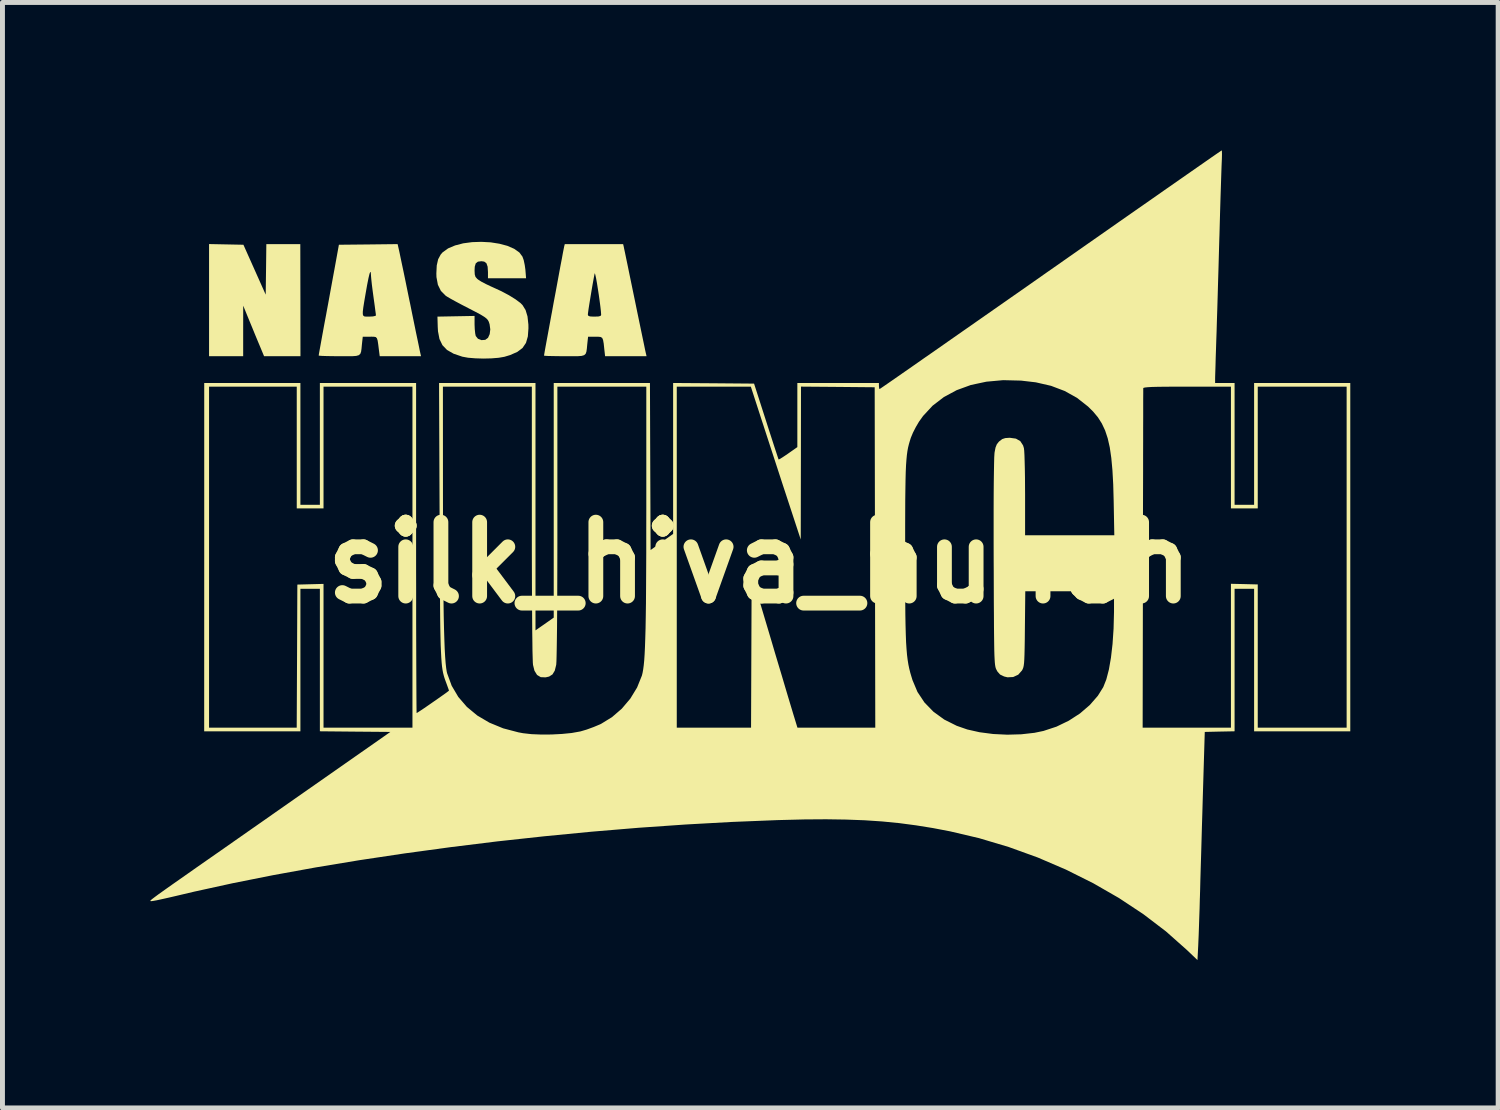
<source format=kicad_pcb>
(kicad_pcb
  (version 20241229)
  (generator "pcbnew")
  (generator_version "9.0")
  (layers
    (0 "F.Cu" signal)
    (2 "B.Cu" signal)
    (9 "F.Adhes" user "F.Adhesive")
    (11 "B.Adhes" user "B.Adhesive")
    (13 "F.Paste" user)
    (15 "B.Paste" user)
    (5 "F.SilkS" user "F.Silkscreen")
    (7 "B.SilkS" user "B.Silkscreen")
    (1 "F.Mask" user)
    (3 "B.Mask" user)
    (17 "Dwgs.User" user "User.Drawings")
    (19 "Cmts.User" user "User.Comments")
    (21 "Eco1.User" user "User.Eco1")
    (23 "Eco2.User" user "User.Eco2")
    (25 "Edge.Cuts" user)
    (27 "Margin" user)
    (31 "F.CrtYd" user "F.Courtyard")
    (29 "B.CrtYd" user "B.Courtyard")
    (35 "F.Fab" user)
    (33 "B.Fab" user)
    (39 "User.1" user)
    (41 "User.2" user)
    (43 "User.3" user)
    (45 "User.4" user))
  (footprint "silk_hiva_hunch"
    (layer "F.Cu")
    (at 12.359 8.364)
    (property "Reference" "silk_hiva_hunch" (at 0 0 0) (layer "F.SilkS") (effects (font (size 1.5 1.5) (thickness 0.3))))
    (attr board_only exclude_from_pos_files exclude_from_bom)
    (fp_poly (pts (xy -10.82 -6.456) (xy -10.471 -6.449) (xy -10.245 -5.943) (xy -10.019 -5.437) (xy -10.012 -5.949) (xy -10.006 -6.461) (xy -9.661 -6.461) (xy -9.317 -6.461) (xy -9.315 -5.325) (xy -9.314 -4.188) (xy -9.683 -4.188) (xy -10.052 -4.188) (xy -10.132 -4.38) (xy -10.173 -4.478) (xy -10.226 -4.605) (xy -10.284 -4.747) (xy -10.341 -4.885) (xy -10.344 -4.892) (xy -10.475 -5.213) (xy -10.476 -4.701) (xy -10.476 -4.188) (xy -10.822 -4.188) (xy -11.168 -4.188) (xy -11.168 -5.325) (xy -11.168 -6.463)) (stroke (width 0) (type solid)) (fill yes) (layer "F.SilkS"))
    (fp_poly (pts (xy -7.316 -6.344) (xy -7.305 -6.294) (xy -7.286 -6.202) (xy -7.259 -6.073) (xy -7.225 -5.913) (xy -7.187 -5.73) (xy -7.146 -5.528) (xy -7.102 -5.313) (xy -7.091 -5.263) (xy -7.048 -5.05) (xy -7.007 -4.85) (xy -6.97 -4.669) (xy -6.937 -4.513) (xy -6.911 -4.388) (xy -6.893 -4.298) (xy -6.882 -4.249) (xy -6.881 -4.244) (xy -6.868 -4.188) (xy -7.287 -4.188) (xy -7.706 -4.188) (xy -7.721 -4.305) (xy -7.736 -4.425) (xy -7.748 -4.505) (xy -7.763 -4.552) (xy -7.786 -4.576) (xy -7.823 -4.583) (xy -7.879 -4.584) (xy -7.905 -4.583) (xy -8.05 -4.583) (xy -8.067 -4.429) (xy -8.075 -4.342) (xy -8.084 -4.279) (xy -8.1 -4.236) (xy -8.13 -4.209) (xy -8.182 -4.194) (xy -8.262 -4.188) (xy -8.378 -4.188) (xy -8.526 -4.188) (xy -8.664 -4.189) (xy -8.782 -4.191) (xy -8.874 -4.194) (xy -8.93 -4.198) (xy -8.944 -4.202) (xy -8.94 -4.229) (xy -8.928 -4.298) (xy -8.909 -4.402) (xy -8.885 -4.535) (xy -8.857 -4.689) (xy -8.832 -4.826) (xy -8.793 -5.032) (xy -8.782 -5.093) (xy -8.049 -5.093) (xy -8.049 -5.039) (xy -8.038 -5.008) (xy -8.014 -4.994) (xy -7.977 -4.991) (xy -7.926 -4.991) (xy -7.919 -4.991) (xy -7.843 -4.995) (xy -7.794 -5.006) (xy -7.783 -5.016) (xy -7.786 -5.049) (xy -7.796 -5.121) (xy -7.809 -5.222) (xy -7.826 -5.344) (xy -7.832 -5.387) (xy -7.85 -5.521) (xy -7.866 -5.647) (xy -7.877 -5.751) (xy -7.883 -5.821) (xy -7.883 -5.831) (xy -7.888 -5.889) (xy -7.898 -5.898) (xy -7.913 -5.86) (xy -7.934 -5.772) (xy -7.961 -5.636) (xy -7.992 -5.46) (xy -8.02 -5.297) (xy -8.039 -5.177) (xy -8.049 -5.093) (xy -8.782 -5.093) (xy -8.751 -5.259) (xy -8.709 -5.49) (xy -8.669 -5.709) (xy -8.634 -5.9) (xy -8.626 -5.942) (xy -8.534 -6.449) (xy -7.939 -6.455) (xy -7.343 -6.462)) (stroke (width 0) (type solid)) (fill yes) (layer "F.SilkS"))
    (fp_poly (pts (xy -2.755 -6.406) (xy -2.748 -6.37) (xy -2.731 -6.292) (xy -2.707 -6.175) (xy -2.676 -6.027) (xy -2.64 -5.851) (xy -2.599 -5.653) (xy -2.555 -5.44) (xy -2.531 -5.325) (xy -2.486 -5.105) (xy -2.443 -4.898) (xy -2.404 -4.71) (xy -2.37 -4.547) (xy -2.342 -4.413) (xy -2.322 -4.315) (xy -2.309 -4.256) (xy -2.306 -4.244) (xy -2.293 -4.188) (xy -2.713 -4.188) (xy -3.134 -4.188) (xy -3.15 -4.33) (xy -3.162 -4.444) (xy -3.175 -4.517) (xy -3.193 -4.559) (xy -3.224 -4.578) (xy -3.274 -4.583) (xy -3.334 -4.583) (xy -3.479 -4.583) (xy -3.496 -4.429) (xy -3.504 -4.342) (xy -3.513 -4.279) (xy -3.529 -4.236) (xy -3.559 -4.209) (xy -3.611 -4.194) (xy -3.691 -4.188) (xy -3.807 -4.188) (xy -3.955 -4.188) (xy -4.093 -4.189) (xy -4.211 -4.191) (xy -4.303 -4.193) (xy -4.359 -4.197) (xy -4.373 -4.2) (xy -4.369 -4.226) (xy -4.357 -4.296) (xy -4.338 -4.402) (xy -4.313 -4.538) (xy -4.283 -4.7) (xy -4.25 -4.88) (xy -4.222 -5.033) (xy -3.484 -5.033) (xy -3.475 -5.008) (xy -3.441 -4.995) (xy -3.371 -4.991) (xy -3.348 -4.991) (xy -3.267 -4.994) (xy -3.225 -5.006) (xy -3.214 -5.028) (xy -3.214 -5.028) (xy -3.219 -5.1) (xy -3.23 -5.198) (xy -3.245 -5.312) (xy -3.262 -5.434) (xy -3.281 -5.556) (xy -3.299 -5.67) (xy -3.316 -5.765) (xy -3.331 -5.834) (xy -3.341 -5.868) (xy -3.345 -5.868) (xy -3.356 -5.816) (xy -3.372 -5.729) (xy -3.392 -5.618) (xy -3.413 -5.494) (xy -3.434 -5.366) (xy -3.454 -5.245) (xy -3.47 -5.142) (xy -3.48 -5.068) (xy -3.484 -5.033) (xy -4.222 -5.033) (xy -4.214 -5.073) (xy -4.178 -5.273) (xy -4.14 -5.474) (xy -4.104 -5.669) (xy -4.07 -5.854) (xy -4.039 -6.022) (xy -4.011 -6.167) (xy -3.99 -6.283) (xy -3.974 -6.364) (xy -3.966 -6.404) (xy -3.966 -6.406) (xy -3.952 -6.461) (xy -3.36 -6.461) (xy -2.768 -6.461)) (stroke (width 0) (type solid)) (fill yes) (layer "F.SilkS"))
    (fp_poly (pts (xy -5.457 -6.498) (xy -5.279 -6.47) (xy -5.117 -6.427) (xy -4.979 -6.367) (xy -4.873 -6.292) (xy -4.811 -6.209) (xy -4.785 -6.137) (xy -4.764 -6.037) (xy -4.751 -5.944) (xy -4.737 -5.769) (xy -5.123 -5.769) (xy -5.51 -5.769) (xy -5.51 -5.895) (xy -5.517 -6.004) (xy -5.541 -6.073) (xy -5.586 -6.107) (xy -5.642 -6.115) (xy -5.714 -6.106) (xy -5.758 -6.071) (xy -5.778 -6.004) (xy -5.782 -5.926) (xy -5.778 -5.847) (xy -5.763 -5.797) (xy -5.728 -5.757) (xy -5.701 -5.736) (xy -5.642 -5.699) (xy -5.552 -5.652) (xy -5.449 -5.603) (xy -5.411 -5.586) (xy -5.239 -5.507) (xy -5.083 -5.424) (xy -4.951 -5.342) (xy -4.852 -5.268) (xy -4.809 -5.225) (xy -4.747 -5.124) (xy -4.708 -4.995) (xy -4.69 -4.829) (xy -4.689 -4.754) (xy -4.701 -4.589) (xy -4.739 -4.458) (xy -4.809 -4.355) (xy -4.915 -4.275) (xy -5.061 -4.211) (xy -5.177 -4.176) (xy -5.293 -4.156) (xy -5.44 -4.144) (xy -5.603 -4.14) (xy -5.767 -4.145) (xy -5.914 -4.157) (xy -6.028 -4.178) (xy -6.029 -4.178) (xy -6.206 -4.238) (xy -6.34 -4.314) (xy -6.434 -4.412) (xy -6.494 -4.537) (xy -6.524 -4.694) (xy -6.529 -4.781) (xy -6.535 -4.991) (xy -6.159 -4.998) (xy -5.782 -5.005) (xy -5.782 -4.833) (xy -5.778 -4.736) (xy -5.769 -4.65) (xy -5.758 -4.598) (xy -5.713 -4.542) (xy -5.641 -4.514) (xy -5.565 -4.52) (xy -5.509 -4.561) (xy -5.475 -4.636) (xy -5.463 -4.732) (xy -5.477 -4.836) (xy -5.494 -4.888) (xy -5.512 -4.921) (xy -5.541 -4.953) (xy -5.587 -4.988) (xy -5.657 -5.031) (xy -5.758 -5.085) (xy -5.897 -5.157) (xy -5.908 -5.163) (xy -6.04 -5.231) (xy -6.162 -5.296) (xy -6.264 -5.352) (xy -6.339 -5.396) (xy -6.369 -5.416) (xy -6.465 -5.513) (xy -6.526 -5.637) (xy -6.555 -5.793) (xy -6.557 -5.868) (xy -6.549 -6.03) (xy -6.521 -6.154) (xy -6.47 -6.249) (xy -6.43 -6.295) (xy -6.319 -6.375) (xy -6.177 -6.435) (xy -6.012 -6.478) (xy -5.831 -6.502) (xy -5.644 -6.508)) (stroke (width 0) (type solid)) (fill yes) (layer "F.SilkS"))
    (fp_poly (pts (xy 9.379 -8.341) (xy 9.38 -8.279) (xy 9.378 -8.189) (xy 9.375 -8.123) (xy 9.372 -8.051) (xy 9.368 -7.936) (xy 9.363 -7.783) (xy 9.357 -7.597) (xy 9.35 -7.385) (xy 9.343 -7.152) (xy 9.336 -6.903) (xy 9.329 -6.645) (xy 9.326 -6.56) (xy 9.318 -6.279) (xy 9.31 -5.988) (xy 9.301 -5.696) (xy 9.293 -5.412) (xy 9.285 -5.143) (xy 9.277 -4.899) (xy 9.271 -4.688) (xy 9.265 -4.522) (xy 9.259 -4.334) (xy 9.253 -4.16) (xy 9.249 -4.005) (xy 9.245 -3.877) (xy 9.242 -3.783) (xy 9.241 -3.729) (xy 9.241 -3.725) (xy 9.241 -3.644) (xy 9.439 -3.644) (xy 9.636 -3.644) (xy 9.636 -2.409) (xy 9.636 -1.174) (xy 9.834 -1.174) (xy 10.032 -1.174) (xy 10.032 -2.409) (xy 10.032 -3.644) (xy 11.007 -3.644) (xy 11.983 -3.644) (xy 11.983 -0.111) (xy 11.983 3.422) (xy 11.007 3.422) (xy 10.032 3.422) (xy 10.032 1.977) (xy 10.032 0.531) (xy 9.834 0.531) (xy 9.636 0.531) (xy 9.636 1.976) (xy 9.636 3.421) (xy 9.334 3.427) (xy 9.031 3.434) (xy 8.99 4.793) (xy 8.982 5.075) (xy 8.973 5.364) (xy 8.965 5.652) (xy 8.957 5.931) (xy 8.949 6.193) (xy 8.942 6.431) (xy 8.937 6.636) (xy 8.932 6.801) (xy 8.931 6.819) (xy 8.926 7.015) (xy 8.919 7.212) (xy 8.913 7.398) (xy 8.907 7.565) (xy 8.901 7.7) (xy 8.898 7.774) (xy 8.883 8.062) (xy 8.659 7.849) (xy 8.243 7.48) (xy 7.785 7.131) (xy 7.291 6.804) (xy 6.766 6.502) (xy 6.215 6.227) (xy 5.642 5.981) (xy 5.053 5.768) (xy 4.453 5.589) (xy 3.866 5.451) (xy 3.516 5.384) (xy 3.174 5.329) (xy 2.834 5.284) (xy 2.488 5.25) (xy 2.13 5.226) (xy 1.753 5.212) (xy 1.349 5.206) (xy 0.911 5.209) (xy 0.433 5.221) (xy 0.358 5.223) (xy -0.562 5.26) (xy -1.5 5.312) (xy -2.451 5.378) (xy -3.409 5.458) (xy -4.369 5.551) (xy -5.325 5.655) (xy -6.272 5.772) (xy -7.205 5.899) (xy -8.119 6.036) (xy -9.007 6.183) (xy -9.865 6.339) (xy -10.688 6.503) (xy -11.469 6.674) (xy -11.833 6.76) (xy -11.984 6.795) (xy -12.118 6.825) (xy -12.228 6.849) (xy -12.307 6.863) (xy -12.348 6.868) (xy -12.352 6.867) (xy -12.355 6.865) (xy -12.358 6.862) (xy -12.359 6.859) (xy -12.355 6.852) (xy -12.344 6.842) (xy -12.325 6.826) (xy -12.294 6.802) (xy -12.251 6.77) (xy -12.193 6.727) (xy -12.117 6.673) (xy -12.023 6.606) (xy -11.907 6.524) (xy -11.767 6.426) (xy -11.603 6.311) (xy -11.411 6.176) (xy -11.189 6.021) (xy -10.935 5.844) (xy -10.648 5.643) (xy -10.325 5.417) (xy -9.964 5.165) (xy -9.875 5.102) (xy -7.49 3.434) (xy -8.205 3.428) (xy -8.92 3.421) (xy -8.92 1.976) (xy -8.92 0.531) (xy -9.117 0.531) (xy -9.315 0.531) (xy -9.315 1.977) (xy -9.315 3.422) (xy -10.291 3.422) (xy -11.267 3.422) (xy -11.266 -0.111) (xy -11.168 -0.111) (xy -11.168 3.348) (xy -10.279 3.348) (xy -9.39 3.348) (xy -9.383 1.896) (xy -9.377 0.445) (xy -9.111 0.438) (xy -8.846 0.431) (xy -8.846 1.889) (xy -8.846 3.348) (xy -7.944 3.348) (xy -7.042 3.348) (xy -7.042 -0.111) (xy -7.042 -3.57) (xy -7.944 -3.57) (xy -8.846 -3.57) (xy -8.846 -2.335) (xy -8.846 -1.1) (xy -9.117 -1.1) (xy -9.389 -1.1) (xy -9.389 -2.335) (xy -9.389 -3.57) (xy -10.279 -3.57) (xy -11.168 -3.57) (xy -11.168 -0.111) (xy -11.266 -0.111) (xy -11.266 -3.644) (xy -10.29 -3.644) (xy -9.315 -3.644) (xy -9.315 -2.409) (xy -9.315 -1.174) (xy -9.117 -1.174) (xy -8.92 -1.174) (xy -8.92 -2.409) (xy -8.92 -3.644) (xy -7.944 -3.644) (xy -6.968 -3.644) (xy -6.968 -0.296) (xy -6.968 0.106) (xy -6.967 0.495) (xy -6.967 0.867) (xy -6.967 1.219) (xy -6.966 1.549) (xy -6.965 1.854) (xy -6.964 2.131) (xy -6.963 2.377) (xy -6.962 2.589) (xy -6.961 2.765) (xy -6.96 2.902) (xy -6.959 2.996) (xy -6.958 3.045) (xy -6.957 3.051) (xy -6.934 3.038) (xy -6.879 3.002) (xy -6.801 2.95) (xy -6.708 2.886) (xy -6.609 2.817) (xy -6.511 2.749) (xy -6.423 2.687) (xy -6.353 2.637) (xy -6.31 2.604) (xy -6.301 2.596) (xy -6.309 2.57) (xy -6.33 2.512) (xy -6.359 2.432) (xy -6.36 2.429) (xy -6.378 2.381) (xy -6.394 2.334) (xy -6.408 2.286) (xy -6.421 2.234) (xy -6.432 2.175) (xy -6.442 2.106) (xy -6.45 2.025) (xy -6.457 1.927) (xy -6.463 1.811) (xy -6.469 1.674) (xy -6.473 1.512) (xy -6.477 1.323) (xy -6.48 1.104) (xy -6.482 0.852) (xy -6.484 0.564) (xy -6.486 0.238) (xy -6.488 -0.131) (xy -6.49 -0.543) (xy -6.491 -0.871) (xy -6.502 -3.57) (xy -6.424 -3.57) (xy -6.423 -1.365) (xy -6.422 -0.848) (xy -6.421 -0.378) (xy -6.419 0.046) (xy -6.416 0.427) (xy -6.412 0.766) (xy -6.408 1.066) (xy -6.402 1.327) (xy -6.395 1.553) (xy -6.388 1.745) (xy -6.379 1.905) (xy -6.369 2.036) (xy -6.358 2.138) (xy -6.346 2.214) (xy -6.338 2.246) (xy -6.246 2.497) (xy -6.112 2.724) (xy -5.938 2.926) (xy -5.727 3.101) (xy -5.481 3.246) (xy -5.202 3.361) (xy -4.894 3.442) (xy -4.798 3.46) (xy -4.629 3.479) (xy -4.432 3.487) (xy -4.22 3.486) (xy -4.009 3.475) (xy -3.815 3.456) (xy -3.652 3.427) (xy -3.632 3.423) (xy -3.507 3.386) (xy -3.365 3.334) (xy -3.234 3.279) (xy -3.212 3.268) (xy -2.994 3.134) (xy -2.795 2.962) (xy -2.623 2.759) (xy -2.485 2.533) (xy -2.389 2.295) (xy -2.386 2.286) (xy -2.373 2.232) (xy -2.361 2.164) (xy -2.35 2.081) (xy -2.34 1.978) (xy -2.332 1.855) (xy -2.325 1.707) (xy -2.319 1.534) (xy -2.313 1.331) (xy -2.309 1.097) (xy -2.305 0.828) (xy -2.303 0.524) (xy -2.301 0.18) (xy -2.299 -0.206) (xy -2.299 -0.636) (xy -2.298 -1.113) (xy -2.298 -1.118) (xy -2.298 -3.57) (xy -3.2 -3.57) (xy -4.102 -3.57) (xy -4.102 -0.822) (xy -4.102 -0.391) (xy -4.103 0.012) (xy -4.104 0.386) (xy -4.105 0.728) (xy -4.107 1.037) (xy -4.109 1.311) (xy -4.112 1.546) (xy -4.115 1.742) (xy -4.118 1.895) (xy -4.121 2.003) (xy -4.125 2.065) (xy -4.126 2.074) (xy -4.155 2.191) (xy -4.201 2.267) (xy -4.27 2.311) (xy -4.341 2.327) (xy -4.44 2.323) (xy -4.514 2.278) (xy -4.567 2.192) (xy -4.596 2.075) (xy -4.6 2.028) (xy -4.603 1.933) (xy -4.607 1.793) (xy -4.609 1.611) (xy -4.612 1.389) (xy -4.614 1.129) (xy -4.616 0.833) (xy -4.618 0.504) (xy -4.619 0.145) (xy -4.62 -0.243) (xy -4.62 -0.658) (xy -4.62 -0.822) (xy -4.62 -3.57) (xy -5.522 -3.57) (xy -6.424 -3.57) (xy -6.502 -3.57) (xy -6.502 -3.644) (xy -5.524 -3.644) (xy -4.546 -3.644) (xy -4.546 -1.135) (xy -4.546 1.374) (xy -4.361 1.245) (xy -4.176 1.115) (xy -4.176 -1.265) (xy -4.176 -3.644) (xy -3.2 -3.644) (xy -2.224 -3.644) (xy -2.218 -1.95) (xy -2.211 -0.256) (xy -1.983 -0.42) (xy -1.754 -0.583) (xy -1.754 -2.114) (xy -1.754 -3.57) (xy -1.68 -3.57) (xy -1.68 -0.111) (xy -1.68 3.348) (xy -0.927 3.348) (xy -0.173 3.348) (xy -0.167 1.794) (xy -0.161 0.24) (xy 0.234 1.565) (xy 0.309 1.82) (xy 0.383 2.067) (xy 0.453 2.3) (xy 0.517 2.516) (xy 0.574 2.708) (xy 0.623 2.871) (xy 0.662 3) (xy 0.689 3.09) (xy 0.698 3.119) (xy 0.768 3.348) (xy 1.558 3.348) (xy 2.347 3.348) (xy 2.341 -0.105) (xy 2.341 -0.185) (xy 2.953 -0.185) (xy 2.953 0.189) (xy 2.954 0.518) (xy 2.955 0.806) (xy 2.957 1.055) (xy 2.961 1.271) (xy 2.966 1.456) (xy 2.972 1.616) (xy 2.981 1.753) (xy 2.991 1.871) (xy 3.004 1.975) (xy 3.019 2.068) (xy 3.037 2.154) (xy 3.058 2.237) (xy 3.083 2.321) (xy 3.102 2.383) (xy 3.203 2.623) (xy 3.345 2.837) (xy 3.527 3.024) (xy 3.746 3.183) (xy 4 3.31) (xy 4.213 3.384) (xy 4.461 3.44) (xy 4.737 3.476) (xy 5.025 3.49) (xy 5.309 3.482) (xy 5.576 3.452) (xy 5.759 3.414) (xy 5.959 3.348) (xy 7.771 3.348) (xy 8.666 3.348) (xy 9.562 3.348) (xy 9.562 1.889) (xy 9.562 0.429) (xy 9.834 0.435) (xy 10.106 0.442) (xy 10.106 1.895) (xy 10.106 3.348) (xy 11.007 3.348) (xy 11.909 3.348) (xy 11.909 -0.111) (xy 11.909 -3.57) (xy 11.007 -3.57) (xy 10.106 -3.57) (xy 10.106 -2.335) (xy 10.106 -1.1) (xy 9.834 -1.1) (xy 9.562 -1.1) (xy 9.562 -2.335) (xy 9.562 -3.57) (xy 8.673 -3.57) (xy 8.429 -3.57) (xy 8.231 -3.569) (xy 8.075 -3.567) (xy 7.957 -3.564) (xy 7.872 -3.559) (xy 7.818 -3.553) (xy 7.789 -3.546) (xy 7.783 -3.539) (xy 7.783 -3.511) (xy 7.783 -3.437) (xy 7.782 -3.319) (xy 7.782 -3.16) (xy 7.782 -2.962) (xy 7.781 -2.73) (xy 7.781 -2.465) (xy 7.78 -2.171) (xy 7.78 -1.85) (xy 7.779 -1.505) (xy 7.778 -1.139) (xy 7.778 -0.755) (xy 7.777 -0.356) (xy 7.777 -0.08) (xy 7.771 3.348) (xy 5.959 3.348) (xy 6.023 3.327) (xy 6.273 3.206) (xy 6.5 3.059) (xy 6.699 2.888) (xy 6.862 2.701) (xy 6.972 2.525) (xy 7.034 2.369) (xy 7.086 2.169) (xy 7.128 1.928) (xy 7.16 1.651) (xy 7.181 1.341) (xy 7.19 1.002) (xy 7.19 0.92) (xy 7.19 0.581) (xy 6.29 0.581) (xy 5.39 0.581) (xy 5.382 1.34) (xy 5.38 1.555) (xy 5.377 1.727) (xy 5.374 1.86) (xy 5.37 1.962) (xy 5.365 2.037) (xy 5.358 2.091) (xy 5.349 2.13) (xy 5.337 2.161) (xy 5.323 2.187) (xy 5.247 2.273) (xy 5.145 2.32) (xy 5.029 2.326) (xy 4.96 2.309) (xy 4.879 2.27) (xy 4.825 2.209) (xy 4.806 2.174) (xy 4.797 2.156) (xy 4.789 2.134) (xy 4.783 2.108) (xy 4.777 2.072) (xy 4.772 2.024) (xy 4.768 1.961) (xy 4.764 1.879) (xy 4.761 1.776) (xy 4.759 1.647) (xy 4.757 1.489) (xy 4.755 1.3) (xy 4.754 1.076) (xy 4.752 0.814) (xy 4.751 0.51) (xy 4.75 0.162) (xy 4.749 0) (xy 4.748 -0.394) (xy 4.748 -0.755) (xy 4.748 -1.083) (xy 4.749 -1.374) (xy 4.751 -1.627) (xy 4.754 -1.839) (xy 4.757 -2.01) (xy 4.76 -2.135) (xy 4.765 -2.215) (xy 4.767 -2.236) (xy 4.786 -2.334) (xy 4.812 -2.4) (xy 4.852 -2.451) (xy 4.867 -2.465) (xy 4.923 -2.507) (xy 4.984 -2.527) (xy 5.07 -2.533) (xy 5.077 -2.533) (xy 5.2 -2.516) (xy 5.288 -2.466) (xy 5.345 -2.379) (xy 5.362 -2.323) (xy 5.368 -2.274) (xy 5.373 -2.184) (xy 5.377 -2.057) (xy 5.381 -1.9) (xy 5.384 -1.721) (xy 5.385 -1.525) (xy 5.386 -1.39) (xy 5.386 -0.556) (xy 6.291 -0.556) (xy 7.196 -0.556) (xy 7.183 -1.254) (xy 7.174 -1.587) (xy 7.158 -1.875) (xy 7.135 -2.124) (xy 7.104 -2.338) (xy 7.062 -2.523) (xy 7.009 -2.683) (xy 6.943 -2.823) (xy 6.863 -2.949) (xy 6.767 -3.064) (xy 6.663 -3.167) (xy 6.439 -3.343) (xy 6.19 -3.482) (xy 5.913 -3.587) (xy 5.604 -3.658) (xy 5.304 -3.693) (xy 4.941 -3.702) (xy 4.601 -3.671) (xy 4.286 -3.604) (xy 3.998 -3.499) (xy 3.738 -3.359) (xy 3.511 -3.185) (xy 3.317 -2.976) (xy 3.234 -2.86) (xy 3.171 -2.753) (xy 3.112 -2.638) (xy 3.07 -2.537) (xy 3.066 -2.526) (xy 3.046 -2.462) (xy 3.028 -2.399) (xy 3.012 -2.334) (xy 2.999 -2.263) (xy 2.988 -2.182) (xy 2.979 -2.087) (xy 2.971 -1.976) (xy 2.965 -1.843) (xy 2.961 -1.686) (xy 2.958 -1.5) (xy 2.955 -1.281) (xy 2.954 -1.027) (xy 2.953 -0.733) (xy 2.953 -0.395) (xy 2.953 -0.185) (xy 2.341 -0.185) (xy 2.335 -3.558) (xy 1.587 -3.565) (xy 0.84 -3.571) (xy 0.838 -2.02) (xy 0.835 -0.469) (xy 0.555 -1.322) (xy 0.477 -1.559) (xy 0.393 -1.817) (xy 0.306 -2.084) (xy 0.22 -2.347) (xy 0.14 -2.593) (xy 0.07 -2.809) (xy 0.049 -2.872) (xy -0.177 -3.57) (xy -0.929 -3.57) (xy -1.68 -3.57) (xy -1.754 -3.57) (xy -1.754 -3.645) (xy -0.933 -3.639) (xy -0.112 -3.632) (xy 0.134 -2.866) (xy 0.193 -2.681) (xy 0.248 -2.512) (xy 0.296 -2.363) (xy 0.336 -2.242) (xy 0.365 -2.153) (xy 0.382 -2.102) (xy 0.386 -2.092) (xy 0.407 -2.101) (xy 0.46 -2.133) (xy 0.534 -2.182) (xy 0.579 -2.213) (xy 0.766 -2.344) (xy 0.766 -2.994) (xy 0.766 -3.644) (xy 1.594 -3.644) (xy 2.421 -3.644) (xy 2.421 -3.583) (xy 2.426 -3.536) (xy 2.434 -3.521) (xy 2.455 -3.535) (xy 2.515 -3.576) (xy 2.611 -3.642) (xy 2.741 -3.732) (xy 2.903 -3.845) (xy 3.096 -3.979) (xy 3.316 -4.133) (xy 3.562 -4.304) (xy 3.832 -4.493) (xy 4.124 -4.697) (xy 4.435 -4.914) (xy 4.764 -5.144) (xy 5.109 -5.385) (xy 5.467 -5.635) (xy 5.836 -5.894) (xy 5.905 -5.942) (xy 6.276 -6.202) (xy 6.636 -6.454) (xy 6.984 -6.697) (xy 7.315 -6.929) (xy 7.63 -7.149) (xy 7.926 -7.355) (xy 8.2 -7.547) (xy 8.451 -7.722) (xy 8.676 -7.879) (xy 8.873 -8.016) (xy 9.041 -8.133) (xy 9.177 -8.228) (xy 9.28 -8.299) (xy 9.346 -8.344) (xy 9.374 -8.363) (xy 9.375 -8.364)) (stroke (width 0) (type solid)) (fill yes) (layer "F.SilkS")))
  (gr_rect
    (start -3 -3)
    (end 27.342 19.426)
    (stroke (width 0.1) (type default))
    (fill no)
    (layer "Edge.Cuts")))
</source>
